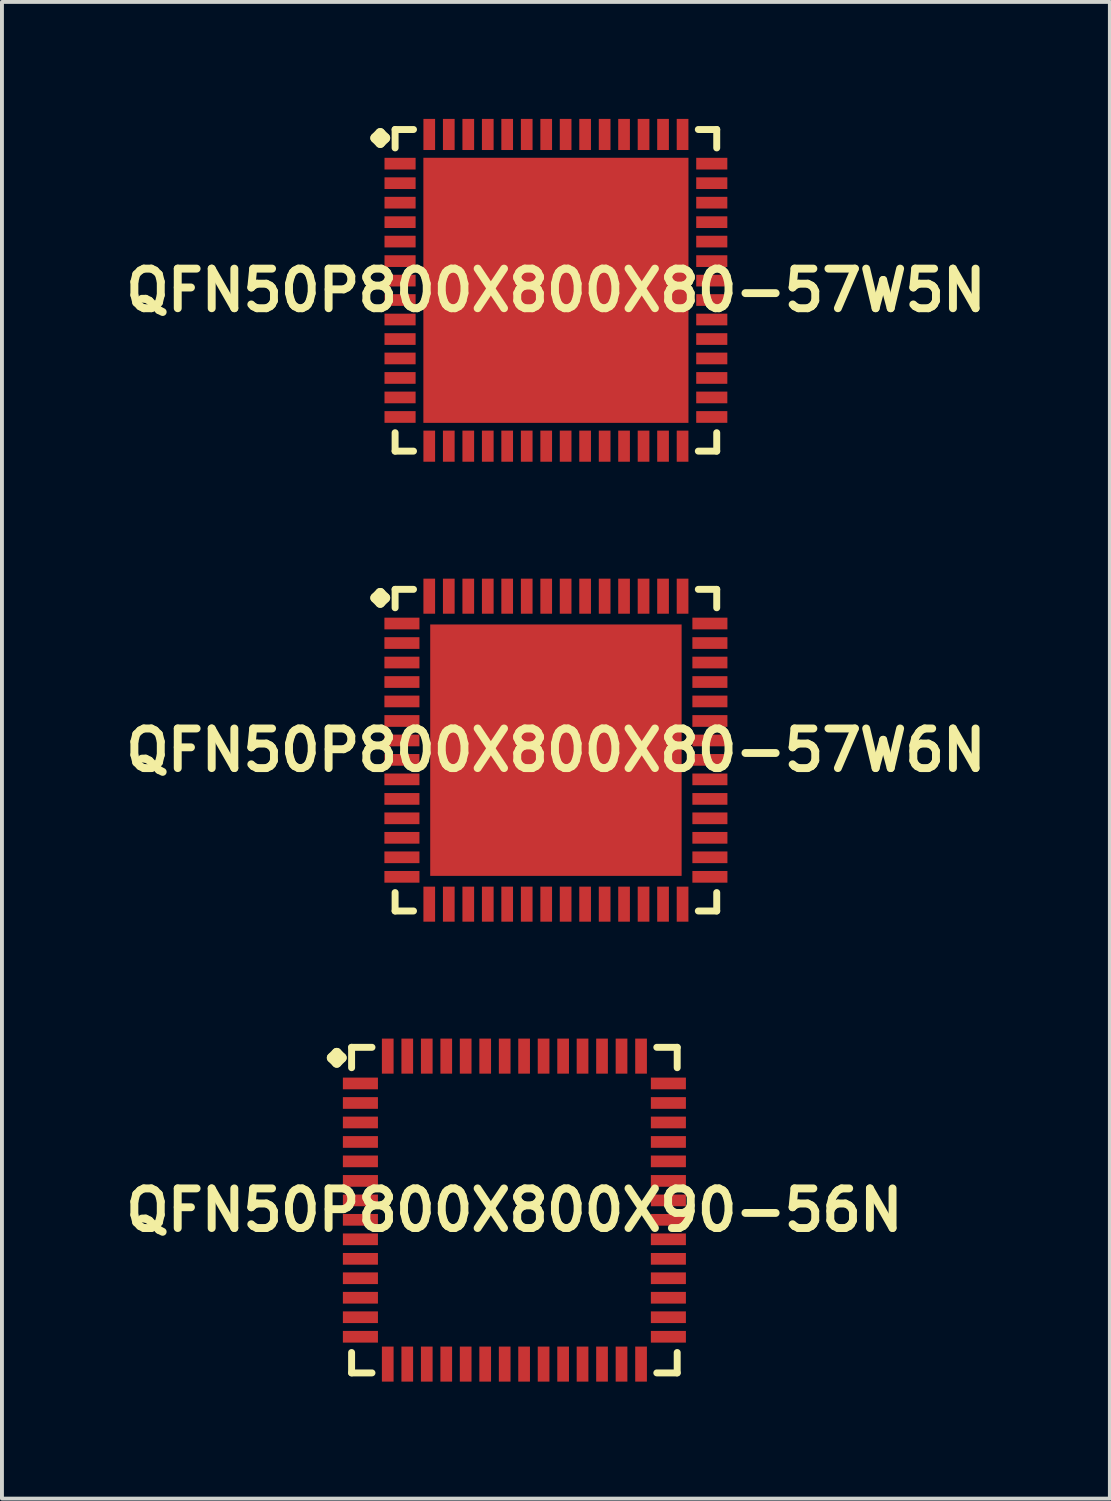
<source format=kicad_pcb>
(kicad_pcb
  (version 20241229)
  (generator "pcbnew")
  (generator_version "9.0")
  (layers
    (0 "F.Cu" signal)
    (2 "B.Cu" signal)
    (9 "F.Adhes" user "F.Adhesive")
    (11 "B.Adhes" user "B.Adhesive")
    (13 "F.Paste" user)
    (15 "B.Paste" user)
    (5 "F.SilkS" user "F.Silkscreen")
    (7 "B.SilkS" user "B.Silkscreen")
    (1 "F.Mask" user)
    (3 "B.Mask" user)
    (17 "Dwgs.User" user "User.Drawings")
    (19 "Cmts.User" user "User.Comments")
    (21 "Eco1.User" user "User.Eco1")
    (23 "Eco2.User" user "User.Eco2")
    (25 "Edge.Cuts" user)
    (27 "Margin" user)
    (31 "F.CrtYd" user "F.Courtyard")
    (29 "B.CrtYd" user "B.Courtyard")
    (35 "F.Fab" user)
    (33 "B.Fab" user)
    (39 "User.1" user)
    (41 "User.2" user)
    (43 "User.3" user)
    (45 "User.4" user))
  (footprint "QFN50P800X800X80-57W5N"
    (layer "F.Cu")
    (at 11.21 4.397)
    (property "Reference" "QFN50P800X800X80-57W5N" (at 0 0 0) (layer "F.SilkS") (effects (font (size 1.016 1.016) (thickness 0.203))))
    (attr smd)
    (fp_line (start -4.633 -3.907) (end -4.506 -4.034) (stroke (width 0.254) (type solid)) (layer "F.SilkS"))
    (fp_line (start -4.506 -4.034) (end -4.379 -3.907) (stroke (width 0.254) (type solid)) (layer "F.SilkS"))
    (fp_line (start -4.506 -3.78) (end -4.633 -3.907) (stroke (width 0.254) (type solid)) (layer "F.SilkS"))
    (fp_line (start -4.379 -3.907) (end -4.506 -3.78) (stroke (width 0.254) (type solid)) (layer "F.SilkS"))
    (fp_line (start -4.125 -4.125) (end -3.653 -4.125) (stroke (width 0.178) (type solid)) (layer "F.SilkS"))
    (fp_line (start -4.125 -3.653) (end -4.125 -4.125) (stroke (width 0.178) (type solid)) (layer "F.SilkS"))
    (fp_line (start -4.125 3.653) (end -4.125 4.125) (stroke (width 0.178) (type solid)) (layer "F.SilkS"))
    (fp_line (start -4.125 4.125) (end -3.653 4.125) (stroke (width 0.178) (type solid)) (layer "F.SilkS"))
    (fp_line (start 3.653 -4.125) (end 4.125 -4.125) (stroke (width 0.178) (type solid)) (layer "F.SilkS"))
    (fp_line (start 3.653 4.125) (end 4.125 4.125) (stroke (width 0.178) (type solid)) (layer "F.SilkS"))
    (fp_line (start 4.125 -4.125) (end 4.125 -3.653) (stroke (width 0.178) (type solid)) (layer "F.SilkS"))
    (fp_line (start 4.125 4.125) (end 4.125 3.653) (stroke (width 0.178) (type solid)) (layer "F.SilkS"))
    (pad "1" smd rect (at -3.998 -3.249) (size 0.798 0.3) (layers "F.Cu" "F.Mask" "F.Paste"))
    (pad "2" smd rect (at -3.998 -2.748) (size 0.798 0.3) (layers "F.Cu" "F.Mask" "F.Paste"))
    (pad "3" smd rect (at -3.998 -2.248) (size 0.798 0.3) (layers "F.Cu" "F.Mask" "F.Paste"))
    (pad "4" smd rect (at -3.998 -1.748) (size 0.798 0.3) (layers "F.Cu" "F.Mask" "F.Paste"))
    (pad "5" smd rect (at -3.998 -1.25) (size 0.798 0.3) (layers "F.Cu" "F.Mask" "F.Paste"))
    (pad "6" smd rect (at -3.998 -0.749) (size 0.798 0.3) (layers "F.Cu" "F.Mask" "F.Paste"))
    (pad "7" smd rect (at -3.998 -0.249) (size 0.798 0.3) (layers "F.Cu" "F.Mask" "F.Paste"))
    (pad "8" smd rect (at -3.998 0.249) (size 0.798 0.3) (layers "F.Cu" "F.Mask" "F.Paste"))
    (pad "9" smd rect (at -3.998 0.749) (size 0.798 0.3) (layers "F.Cu" "F.Mask" "F.Paste"))
    (pad "10" smd rect (at -3.998 1.25) (size 0.798 0.3) (layers "F.Cu" "F.Mask" "F.Paste"))
    (pad "11" smd rect (at -3.998 1.748) (size 0.798 0.3) (layers "F.Cu" "F.Mask" "F.Paste"))
    (pad "12" smd rect (at -3.998 2.248) (size 0.798 0.3) (layers "F.Cu" "F.Mask" "F.Paste"))
    (pad "13" smd rect (at -3.998 2.748) (size 0.798 0.3) (layers "F.Cu" "F.Mask" "F.Paste"))
    (pad "14" smd rect (at -3.998 3.249) (size 0.798 0.3) (layers "F.Cu" "F.Mask" "F.Paste"))
    (pad "15" smd rect (at -3.249 3.998) (size 0.3 0.798) (layers "F.Cu" "F.Mask" "F.Paste"))
    (pad "16" smd rect (at -2.748 3.998) (size 0.3 0.798) (layers "F.Cu" "F.Mask" "F.Paste"))
    (pad "17" smd rect (at -2.248 3.998) (size 0.3 0.798) (layers "F.Cu" "F.Mask" "F.Paste"))
    (pad "18" smd rect (at -1.748 3.998) (size 0.3 0.798) (layers "F.Cu" "F.Mask" "F.Paste"))
    (pad "19" smd rect (at -1.25 3.998) (size 0.3 0.798) (layers "F.Cu" "F.Mask" "F.Paste"))
    (pad "20" smd rect (at -0.749 3.998) (size 0.3 0.798) (layers "F.Cu" "F.Mask" "F.Paste"))
    (pad "21" smd rect (at -0.249 3.998) (size 0.3 0.798) (layers "F.Cu" "F.Mask" "F.Paste"))
    (pad "22" smd rect (at 0.249 3.998) (size 0.3 0.798) (layers "F.Cu" "F.Mask" "F.Paste"))
    (pad "23" smd rect (at 0.749 3.998) (size 0.3 0.798) (layers "F.Cu" "F.Mask" "F.Paste"))
    (pad "24" smd rect (at 1.25 3.998) (size 0.3 0.798) (layers "F.Cu" "F.Mask" "F.Paste"))
    (pad "25" smd rect (at 1.748 3.998) (size 0.3 0.798) (layers "F.Cu" "F.Mask" "F.Paste"))
    (pad "26" smd rect (at 2.248 3.998) (size 0.3 0.798) (layers "F.Cu" "F.Mask" "F.Paste"))
    (pad "27" smd rect (at 2.748 3.998) (size 0.3 0.798) (layers "F.Cu" "F.Mask" "F.Paste"))
    (pad "28" smd rect (at 3.249 3.998) (size 0.3 0.798) (layers "F.Cu" "F.Mask" "F.Paste"))
    (pad "29" smd rect (at 3.998 3.249) (size 0.798 0.3) (layers "F.Cu" "F.Mask" "F.Paste"))
    (pad "30" smd rect (at 3.998 2.748) (size 0.798 0.3) (layers "F.Cu" "F.Mask" "F.Paste"))
    (pad "31" smd rect (at 3.998 2.248) (size 0.798 0.3) (layers "F.Cu" "F.Mask" "F.Paste"))
    (pad "32" smd rect (at 3.998 1.748) (size 0.798 0.3) (layers "F.Cu" "F.Mask" "F.Paste"))
    (pad "33" smd rect (at 3.998 1.25) (size 0.798 0.3) (layers "F.Cu" "F.Mask" "F.Paste"))
    (pad "34" smd rect (at 3.998 0.749) (size 0.798 0.3) (layers "F.Cu" "F.Mask" "F.Paste"))
    (pad "35" smd rect (at 3.998 0.249) (size 0.798 0.3) (layers "F.Cu" "F.Mask" "F.Paste"))
    (pad "36" smd rect (at 3.998 -0.249) (size 0.798 0.3) (layers "F.Cu" "F.Mask" "F.Paste"))
    (pad "37" smd rect (at 3.998 -0.749) (size 0.798 0.3) (layers "F.Cu" "F.Mask" "F.Paste"))
    (pad "38" smd rect (at 3.998 -1.25) (size 0.798 0.3) (layers "F.Cu" "F.Mask" "F.Paste"))
    (pad "39" smd rect (at 3.998 -1.748) (size 0.798 0.3) (layers "F.Cu" "F.Mask" "F.Paste"))
    (pad "40" smd rect (at 3.998 -2.248) (size 0.798 0.3) (layers "F.Cu" "F.Mask" "F.Paste"))
    (pad "41" smd rect (at 3.998 -2.748) (size 0.798 0.3) (layers "F.Cu" "F.Mask" "F.Paste"))
    (pad "42" smd rect (at 3.998 -3.249) (size 0.798 0.3) (layers "F.Cu" "F.Mask" "F.Paste"))
    (pad "43" smd rect (at 3.249 -3.998) (size 0.3 0.798) (layers "F.Cu" "F.Mask" "F.Paste"))
    (pad "44" smd rect (at 2.748 -3.998) (size 0.3 0.798) (layers "F.Cu" "F.Mask" "F.Paste"))
    (pad "45" smd rect (at 2.248 -3.998) (size 0.3 0.798) (layers "F.Cu" "F.Mask" "F.Paste"))
    (pad "46" smd rect (at 1.748 -3.998) (size 0.3 0.798) (layers "F.Cu" "F.Mask" "F.Paste"))
    (pad "47" smd rect (at 1.25 -3.998) (size 0.3 0.798) (layers "F.Cu" "F.Mask" "F.Paste"))
    (pad "48" smd rect (at 0.749 -3.998) (size 0.3 0.798) (layers "F.Cu" "F.Mask" "F.Paste"))
    (pad "49" smd rect (at 0.249 -3.998) (size 0.3 0.798) (layers "F.Cu" "F.Mask" "F.Paste"))
    (pad "50" smd rect (at -0.249 -3.998) (size 0.3 0.798) (layers "F.Cu" "F.Mask" "F.Paste"))
    (pad "51" smd rect (at -0.749 -3.998) (size 0.3 0.798) (layers "F.Cu" "F.Mask" "F.Paste"))
    (pad "52" smd rect (at -1.25 -3.998) (size 0.3 0.798) (layers "F.Cu" "F.Mask" "F.Paste"))
    (pad "53" smd rect (at -1.748 -3.998) (size 0.3 0.798) (layers "F.Cu" "F.Mask" "F.Paste"))
    (pad "54" smd rect (at -2.248 -3.998) (size 0.3 0.798) (layers "F.Cu" "F.Mask" "F.Paste"))
    (pad "55" smd rect (at -2.748 -3.998) (size 0.3 0.798) (layers "F.Cu" "F.Mask" "F.Paste"))
    (pad "56" smd rect (at -3.249 -3.998) (size 0.3 0.798) (layers "F.Cu" "F.Mask" "F.Paste"))
    (pad "57" smd rect (at 0 0) (size 6.8 6.8) (layers "F.Cu" "F.Mask" "F.Paste")))
  (footprint "QFN50P800X800X90-56N"
    (layer "F.Cu")
    (at 10.145 27.991)
    (property "Reference" "QFN50P800X800X90-56N" (at 0 0 0) (layer "F.SilkS") (effects (font (size 1.016 1.016) (thickness 0.203))))
    (attr smd)
    (fp_line (start -4.684 -3.907) (end -4.557 -4.034) (stroke (width 0.254) (type solid)) (layer "F.SilkS"))
    (fp_line (start -4.557 -4.034) (end -4.43 -3.907) (stroke (width 0.254) (type solid)) (layer "F.SilkS"))
    (fp_line (start -4.557 -3.78) (end -4.684 -3.907) (stroke (width 0.254) (type solid)) (layer "F.SilkS"))
    (fp_line (start -4.43 -3.907) (end -4.557 -3.78) (stroke (width 0.254) (type solid)) (layer "F.SilkS"))
    (fp_line (start -4.176 -4.176) (end -3.653 -4.176) (stroke (width 0.178) (type solid)) (layer "F.SilkS"))
    (fp_line (start -4.176 -3.653) (end -4.176 -4.176) (stroke (width 0.178) (type solid)) (layer "F.SilkS"))
    (fp_line (start -4.176 3.653) (end -4.176 4.176) (stroke (width 0.178) (type solid)) (layer "F.SilkS"))
    (fp_line (start -4.176 4.176) (end -3.653 4.176) (stroke (width 0.178) (type solid)) (layer "F.SilkS"))
    (fp_line (start 3.653 -4.176) (end 4.176 -4.176) (stroke (width 0.178) (type solid)) (layer "F.SilkS"))
    (fp_line (start 3.653 4.176) (end 4.176 4.176) (stroke (width 0.178) (type solid)) (layer "F.SilkS"))
    (fp_line (start 4.176 -4.176) (end 4.176 -3.653) (stroke (width 0.178) (type solid)) (layer "F.SilkS"))
    (fp_line (start 4.176 4.176) (end 4.176 3.653) (stroke (width 0.178) (type solid)) (layer "F.SilkS"))
    (pad "1" smd rect (at -3.95 -3.249) (size 0.899 0.3) (layers "F.Cu" "F.Mask" "F.Paste"))
    (pad "2" smd rect (at -3.95 -2.748) (size 0.899 0.3) (layers "F.Cu" "F.Mask" "F.Paste"))
    (pad "3" smd rect (at -3.95 -2.248) (size 0.899 0.3) (layers "F.Cu" "F.Mask" "F.Paste"))
    (pad "4" smd rect (at -3.95 -1.748) (size 0.899 0.3) (layers "F.Cu" "F.Mask" "F.Paste"))
    (pad "5" smd rect (at -3.95 -1.25) (size 0.899 0.3) (layers "F.Cu" "F.Mask" "F.Paste"))
    (pad "6" smd rect (at -3.95 -0.749) (size 0.899 0.3) (layers "F.Cu" "F.Mask" "F.Paste"))
    (pad "7" smd rect (at -3.95 -0.249) (size 0.899 0.3) (layers "F.Cu" "F.Mask" "F.Paste"))
    (pad "8" smd rect (at -3.95 0.249) (size 0.899 0.3) (layers "F.Cu" "F.Mask" "F.Paste"))
    (pad "9" smd rect (at -3.95 0.749) (size 0.899 0.3) (layers "F.Cu" "F.Mask" "F.Paste"))
    (pad "10" smd rect (at -3.95 1.25) (size 0.899 0.3) (layers "F.Cu" "F.Mask" "F.Paste"))
    (pad "11" smd rect (at -3.95 1.748) (size 0.899 0.3) (layers "F.Cu" "F.Mask" "F.Paste"))
    (pad "12" smd rect (at -3.95 2.248) (size 0.899 0.3) (layers "F.Cu" "F.Mask" "F.Paste"))
    (pad "13" smd rect (at -3.95 2.748) (size 0.899 0.3) (layers "F.Cu" "F.Mask" "F.Paste"))
    (pad "14" smd rect (at -3.95 3.249) (size 0.899 0.3) (layers "F.Cu" "F.Mask" "F.Paste"))
    (pad "15" smd rect (at -3.249 3.95) (size 0.3 0.899) (layers "F.Cu" "F.Mask" "F.Paste"))
    (pad "16" smd rect (at -2.748 3.95) (size 0.3 0.899) (layers "F.Cu" "F.Mask" "F.Paste"))
    (pad "17" smd rect (at -2.248 3.95) (size 0.3 0.899) (layers "F.Cu" "F.Mask" "F.Paste"))
    (pad "18" smd rect (at -1.748 3.95) (size 0.3 0.899) (layers "F.Cu" "F.Mask" "F.Paste"))
    (pad "19" smd rect (at -1.25 3.95) (size 0.3 0.899) (layers "F.Cu" "F.Mask" "F.Paste"))
    (pad "20" smd rect (at -0.749 3.95) (size 0.3 0.899) (layers "F.Cu" "F.Mask" "F.Paste"))
    (pad "21" smd rect (at -0.249 3.95) (size 0.3 0.899) (layers "F.Cu" "F.Mask" "F.Paste"))
    (pad "22" smd rect (at 0.249 3.95) (size 0.3 0.899) (layers "F.Cu" "F.Mask" "F.Paste"))
    (pad "23" smd rect (at 0.749 3.95) (size 0.3 0.899) (layers "F.Cu" "F.Mask" "F.Paste"))
    (pad "24" smd rect (at 1.25 3.95) (size 0.3 0.899) (layers "F.Cu" "F.Mask" "F.Paste"))
    (pad "25" smd rect (at 1.748 3.95) (size 0.3 0.899) (layers "F.Cu" "F.Mask" "F.Paste"))
    (pad "26" smd rect (at 2.248 3.95) (size 0.3 0.899) (layers "F.Cu" "F.Mask" "F.Paste"))
    (pad "27" smd rect (at 2.748 3.95) (size 0.3 0.899) (layers "F.Cu" "F.Mask" "F.Paste"))
    (pad "28" smd rect (at 3.249 3.95) (size 0.3 0.899) (layers "F.Cu" "F.Mask" "F.Paste"))
    (pad "29" smd rect (at 3.95 3.249) (size 0.899 0.3) (layers "F.Cu" "F.Mask" "F.Paste"))
    (pad "30" smd rect (at 3.95 2.748) (size 0.899 0.3) (layers "F.Cu" "F.Mask" "F.Paste"))
    (pad "31" smd rect (at 3.95 2.248) (size 0.899 0.3) (layers "F.Cu" "F.Mask" "F.Paste"))
    (pad "32" smd rect (at 3.95 1.748) (size 0.899 0.3) (layers "F.Cu" "F.Mask" "F.Paste"))
    (pad "33" smd rect (at 3.95 1.25) (size 0.899 0.3) (layers "F.Cu" "F.Mask" "F.Paste"))
    (pad "34" smd rect (at 3.95 0.749) (size 0.899 0.3) (layers "F.Cu" "F.Mask" "F.Paste"))
    (pad "35" smd rect (at 3.95 0.249) (size 0.899 0.3) (layers "F.Cu" "F.Mask" "F.Paste"))
    (pad "36" smd rect (at 3.95 -0.249) (size 0.899 0.3) (layers "F.Cu" "F.Mask" "F.Paste"))
    (pad "37" smd rect (at 3.95 -0.749) (size 0.899 0.3) (layers "F.Cu" "F.Mask" "F.Paste"))
    (pad "38" smd rect (at 3.95 -1.25) (size 0.899 0.3) (layers "F.Cu" "F.Mask" "F.Paste"))
    (pad "39" smd rect (at 3.95 -1.748) (size 0.899 0.3) (layers "F.Cu" "F.Mask" "F.Paste"))
    (pad "40" smd rect (at 3.95 -2.248) (size 0.899 0.3) (layers "F.Cu" "F.Mask" "F.Paste"))
    (pad "41" smd rect (at 3.95 -2.748) (size 0.899 0.3) (layers "F.Cu" "F.Mask" "F.Paste"))
    (pad "42" smd rect (at 3.95 -3.249) (size 0.899 0.3) (layers "F.Cu" "F.Mask" "F.Paste"))
    (pad "43" smd rect (at 3.249 -3.95) (size 0.3 0.899) (layers "F.Cu" "F.Mask" "F.Paste"))
    (pad "44" smd rect (at 2.748 -3.95) (size 0.3 0.899) (layers "F.Cu" "F.Mask" "F.Paste"))
    (pad "45" smd rect (at 2.248 -3.95) (size 0.3 0.899) (layers "F.Cu" "F.Mask" "F.Paste"))
    (pad "46" smd rect (at 1.748 -3.95) (size 0.3 0.899) (layers "F.Cu" "F.Mask" "F.Paste"))
    (pad "47" smd rect (at 1.25 -3.95) (size 0.3 0.899) (layers "F.Cu" "F.Mask" "F.Paste"))
    (pad "48" smd rect (at 0.749 -3.95) (size 0.3 0.899) (layers "F.Cu" "F.Mask" "F.Paste"))
    (pad "49" smd rect (at 0.249 -3.95) (size 0.3 0.899) (layers "F.Cu" "F.Mask" "F.Paste"))
    (pad "50" smd rect (at -0.249 -3.95) (size 0.3 0.899) (layers "F.Cu" "F.Mask" "F.Paste"))
    (pad "51" smd rect (at -0.749 -3.95) (size 0.3 0.899) (layers "F.Cu" "F.Mask" "F.Paste"))
    (pad "52" smd rect (at -1.25 -3.95) (size 0.3 0.899) (layers "F.Cu" "F.Mask" "F.Paste"))
    (pad "53" smd rect (at -1.748 -3.95) (size 0.3 0.899) (layers "F.Cu" "F.Mask" "F.Paste"))
    (pad "54" smd rect (at -2.248 -3.95) (size 0.3 0.899) (layers "F.Cu" "F.Mask" "F.Paste"))
    (pad "55" smd rect (at -2.748 -3.95) (size 0.3 0.899) (layers "F.Cu" "F.Mask" "F.Paste"))
    (pad "56" smd rect (at -3.249 -3.95) (size 0.3 0.899) (layers "F.Cu" "F.Mask" "F.Paste")))
  (footprint "QFN50P800X800X80-57W6N"
    (layer "F.Cu")
    (at 11.21 16.193)
    (property "Reference" "QFN50P800X800X80-57W6N" (at 0 0 0) (layer "F.SilkS") (effects (font (size 1.016 1.016) (thickness 0.203))))
    (attr smd)
    (fp_line (start -4.633 -3.907) (end -4.506 -4.034) (stroke (width 0.254) (type solid)) (layer "F.SilkS"))
    (fp_line (start -4.506 -4.034) (end -4.379 -3.907) (stroke (width 0.254) (type solid)) (layer "F.SilkS"))
    (fp_line (start -4.506 -3.78) (end -4.633 -3.907) (stroke (width 0.254) (type solid)) (layer "F.SilkS"))
    (fp_line (start -4.379 -3.907) (end -4.506 -3.78) (stroke (width 0.254) (type solid)) (layer "F.SilkS"))
    (fp_line (start -4.125 -4.125) (end -3.653 -4.125) (stroke (width 0.178) (type solid)) (layer "F.SilkS"))
    (fp_line (start -4.125 -3.653) (end -4.125 -4.125) (stroke (width 0.178) (type solid)) (layer "F.SilkS"))
    (fp_line (start -4.125 3.653) (end -4.125 4.125) (stroke (width 0.178) (type solid)) (layer "F.SilkS"))
    (fp_line (start -4.125 4.125) (end -3.653 4.125) (stroke (width 0.178) (type solid)) (layer "F.SilkS"))
    (fp_line (start 3.653 -4.125) (end 4.125 -4.125) (stroke (width 0.178) (type solid)) (layer "F.SilkS"))
    (fp_line (start 3.653 4.125) (end 4.125 4.125) (stroke (width 0.178) (type solid)) (layer "F.SilkS"))
    (fp_line (start 4.125 -4.125) (end 4.125 -3.653) (stroke (width 0.178) (type solid)) (layer "F.SilkS"))
    (fp_line (start 4.125 4.125) (end 4.125 3.653) (stroke (width 0.178) (type solid)) (layer "F.SilkS"))
    (pad "1" smd rect (at -3.95 -3.249) (size 0.899 0.3) (layers "F.Cu" "F.Mask" "F.Paste"))
    (pad "2" smd rect (at -3.95 -2.748) (size 0.899 0.3) (layers "F.Cu" "F.Mask" "F.Paste"))
    (pad "3" smd rect (at -3.95 -2.248) (size 0.899 0.3) (layers "F.Cu" "F.Mask" "F.Paste"))
    (pad "4" smd rect (at -3.95 -1.748) (size 0.899 0.3) (layers "F.Cu" "F.Mask" "F.Paste"))
    (pad "5" smd rect (at -3.95 -1.25) (size 0.899 0.3) (layers "F.Cu" "F.Mask" "F.Paste"))
    (pad "6" smd rect (at -3.95 -0.749) (size 0.899 0.3) (layers "F.Cu" "F.Mask" "F.Paste"))
    (pad "7" smd rect (at -3.95 -0.249) (size 0.899 0.3) (layers "F.Cu" "F.Mask" "F.Paste"))
    (pad "8" smd rect (at -3.95 0.249) (size 0.899 0.3) (layers "F.Cu" "F.Mask" "F.Paste"))
    (pad "9" smd rect (at -3.95 0.749) (size 0.899 0.3) (layers "F.Cu" "F.Mask" "F.Paste"))
    (pad "10" smd rect (at -3.95 1.25) (size 0.899 0.3) (layers "F.Cu" "F.Mask" "F.Paste"))
    (pad "11" smd rect (at -3.95 1.748) (size 0.899 0.3) (layers "F.Cu" "F.Mask" "F.Paste"))
    (pad "12" smd rect (at -3.95 2.248) (size 0.899 0.3) (layers "F.Cu" "F.Mask" "F.Paste"))
    (pad "13" smd rect (at -3.95 2.748) (size 0.899 0.3) (layers "F.Cu" "F.Mask" "F.Paste"))
    (pad "14" smd rect (at -3.95 3.249) (size 0.899 0.3) (layers "F.Cu" "F.Mask" "F.Paste"))
    (pad "15" smd rect (at -3.249 3.95) (size 0.3 0.899) (layers "F.Cu" "F.Mask" "F.Paste"))
    (pad "16" smd rect (at -2.748 3.95) (size 0.3 0.899) (layers "F.Cu" "F.Mask" "F.Paste"))
    (pad "17" smd rect (at -2.248 3.95) (size 0.3 0.899) (layers "F.Cu" "F.Mask" "F.Paste"))
    (pad "18" smd rect (at -1.748 3.95) (size 0.3 0.899) (layers "F.Cu" "F.Mask" "F.Paste"))
    (pad "19" smd rect (at -1.25 3.95) (size 0.3 0.899) (layers "F.Cu" "F.Mask" "F.Paste"))
    (pad "20" smd rect (at -0.749 3.95) (size 0.3 0.899) (layers "F.Cu" "F.Mask" "F.Paste"))
    (pad "21" smd rect (at -0.249 3.95) (size 0.3 0.899) (layers "F.Cu" "F.Mask" "F.Paste"))
    (pad "22" smd rect (at 0.249 3.95) (size 0.3 0.899) (layers "F.Cu" "F.Mask" "F.Paste"))
    (pad "23" smd rect (at 0.749 3.95) (size 0.3 0.899) (layers "F.Cu" "F.Mask" "F.Paste"))
    (pad "24" smd rect (at 1.25 3.95) (size 0.3 0.899) (layers "F.Cu" "F.Mask" "F.Paste"))
    (pad "25" smd rect (at 1.748 3.95) (size 0.3 0.899) (layers "F.Cu" "F.Mask" "F.Paste"))
    (pad "26" smd rect (at 2.248 3.95) (size 0.3 0.899) (layers "F.Cu" "F.Mask" "F.Paste"))
    (pad "27" smd rect (at 2.748 3.95) (size 0.3 0.899) (layers "F.Cu" "F.Mask" "F.Paste"))
    (pad "28" smd rect (at 3.249 3.95) (size 0.3 0.899) (layers "F.Cu" "F.Mask" "F.Paste"))
    (pad "29" smd rect (at 3.95 3.249) (size 0.899 0.3) (layers "F.Cu" "F.Mask" "F.Paste"))
    (pad "30" smd rect (at 3.95 2.748) (size 0.899 0.3) (layers "F.Cu" "F.Mask" "F.Paste"))
    (pad "31" smd rect (at 3.95 2.248) (size 0.899 0.3) (layers "F.Cu" "F.Mask" "F.Paste"))
    (pad "32" smd rect (at 3.95 1.748) (size 0.899 0.3) (layers "F.Cu" "F.Mask" "F.Paste"))
    (pad "33" smd rect (at 3.95 1.25) (size 0.899 0.3) (layers "F.Cu" "F.Mask" "F.Paste"))
    (pad "34" smd rect (at 3.95 0.749) (size 0.899 0.3) (layers "F.Cu" "F.Mask" "F.Paste"))
    (pad "35" smd rect (at 3.95 0.249) (size 0.899 0.3) (layers "F.Cu" "F.Mask" "F.Paste"))
    (pad "36" smd rect (at 3.95 -0.249) (size 0.899 0.3) (layers "F.Cu" "F.Mask" "F.Paste"))
    (pad "37" smd rect (at 3.95 -0.749) (size 0.899 0.3) (layers "F.Cu" "F.Mask" "F.Paste"))
    (pad "38" smd rect (at 3.95 -1.25) (size 0.899 0.3) (layers "F.Cu" "F.Mask" "F.Paste"))
    (pad "39" smd rect (at 3.95 -1.748) (size 0.899 0.3) (layers "F.Cu" "F.Mask" "F.Paste"))
    (pad "40" smd rect (at 3.95 -2.248) (size 0.899 0.3) (layers "F.Cu" "F.Mask" "F.Paste"))
    (pad "41" smd rect (at 3.95 -2.748) (size 0.899 0.3) (layers "F.Cu" "F.Mask" "F.Paste"))
    (pad "42" smd rect (at 3.95 -3.249) (size 0.899 0.3) (layers "F.Cu" "F.Mask" "F.Paste"))
    (pad "43" smd rect (at 3.249 -3.95) (size 0.3 0.899) (layers "F.Cu" "F.Mask" "F.Paste"))
    (pad "44" smd rect (at 2.748 -3.95) (size 0.3 0.899) (layers "F.Cu" "F.Mask" "F.Paste"))
    (pad "45" smd rect (at 2.248 -3.95) (size 0.3 0.899) (layers "F.Cu" "F.Mask" "F.Paste"))
    (pad "46" smd rect (at 1.748 -3.95) (size 0.3 0.899) (layers "F.Cu" "F.Mask" "F.Paste"))
    (pad "47" smd rect (at 1.25 -3.95) (size 0.3 0.899) (layers "F.Cu" "F.Mask" "F.Paste"))
    (pad "48" smd rect (at 0.749 -3.95) (size 0.3 0.899) (layers "F.Cu" "F.Mask" "F.Paste"))
    (pad "49" smd rect (at 0.249 -3.95) (size 0.3 0.899) (layers "F.Cu" "F.Mask" "F.Paste"))
    (pad "50" smd rect (at -0.249 -3.95) (size 0.3 0.899) (layers "F.Cu" "F.Mask" "F.Paste"))
    (pad "51" smd rect (at -0.749 -3.95) (size 0.3 0.899) (layers "F.Cu" "F.Mask" "F.Paste"))
    (pad "52" smd rect (at -1.25 -3.95) (size 0.3 0.899) (layers "F.Cu" "F.Mask" "F.Paste"))
    (pad "53" smd rect (at -1.748 -3.95) (size 0.3 0.899) (layers "F.Cu" "F.Mask" "F.Paste"))
    (pad "54" smd rect (at -2.248 -3.95) (size 0.3 0.899) (layers "F.Cu" "F.Mask" "F.Paste"))
    (pad "55" smd rect (at -2.748 -3.95) (size 0.3 0.899) (layers "F.Cu" "F.Mask" "F.Paste"))
    (pad "56" smd rect (at -3.249 -3.95) (size 0.3 0.899) (layers "F.Cu" "F.Mask" "F.Paste"))
    (pad "57" smd rect (at 0 0) (size 6.449 6.449) (layers "F.Cu" "F.Mask" "F.Paste")))
  (gr_rect
    (start -3 -3)
    (end 25.42 35.391)
    (stroke (width 0.1) (type default))
    (fill no)
    (layer "Edge.Cuts")))
</source>
